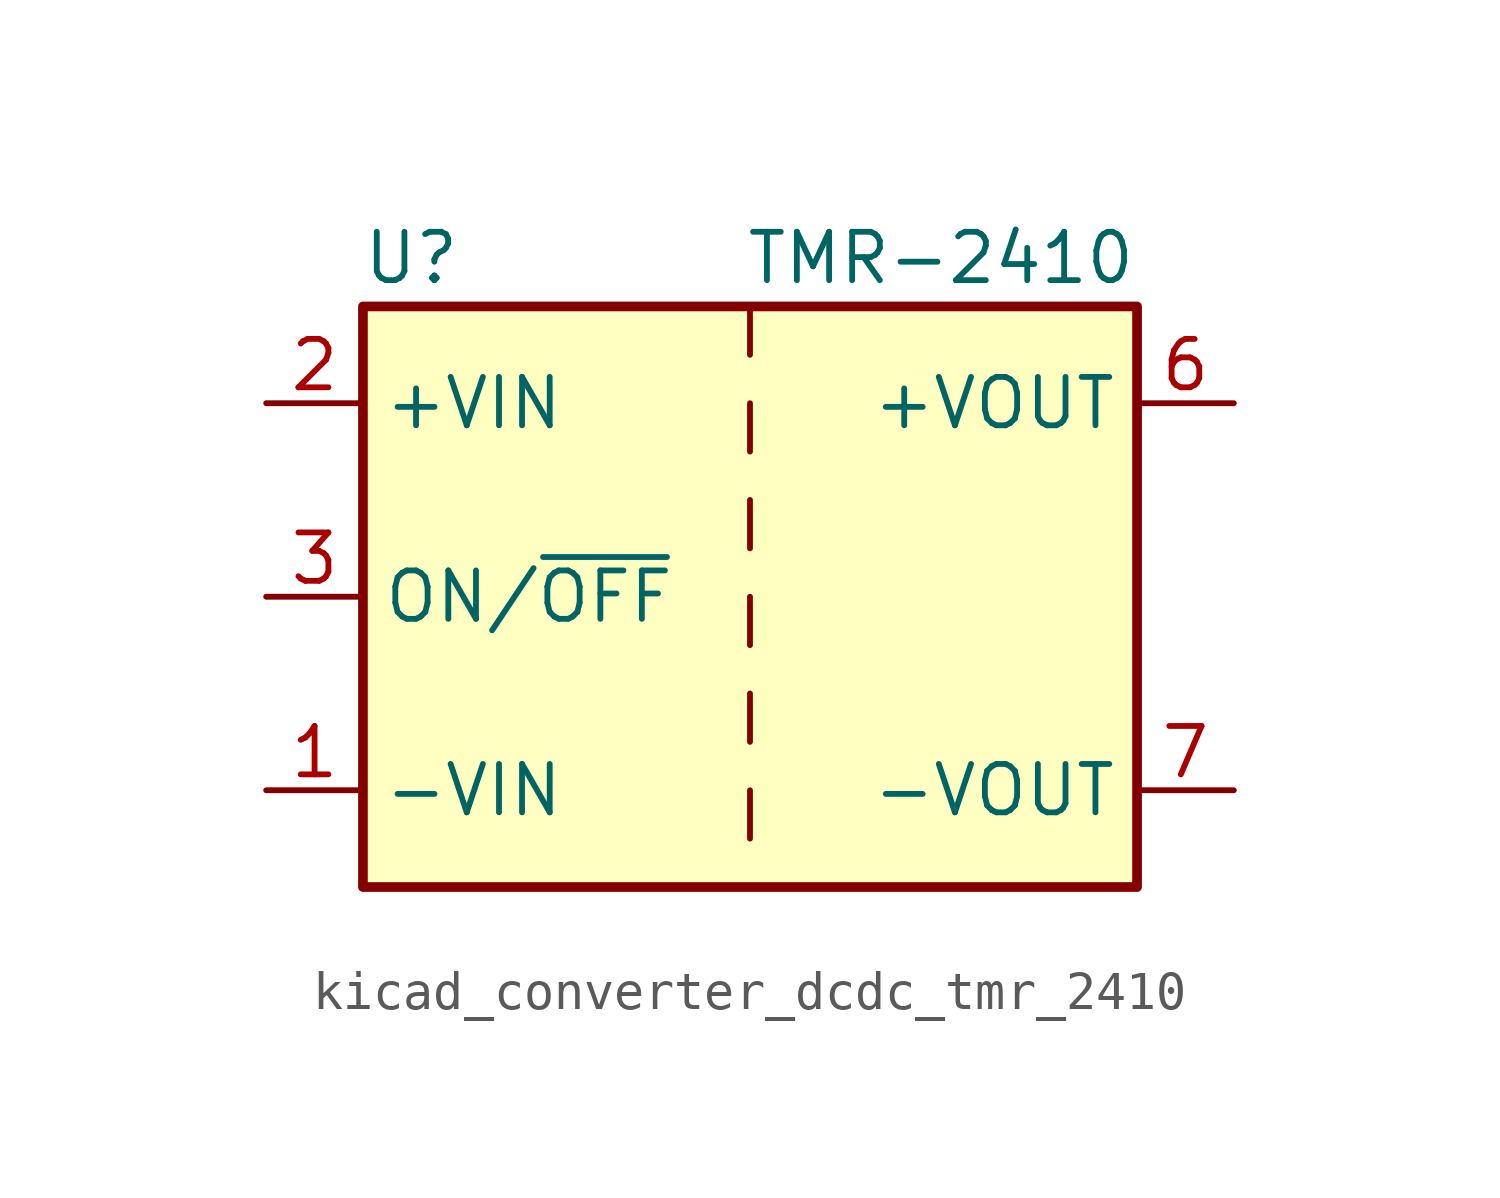
<source format=kicad_sym>
(kicad_symbol_lib
  (version 20220914)
  (generator kicad_symbol_editor)
  (symbol "kicad_converter_dcdc_tmr_2410"
    (property "Reference" "U"
      (at -8.89 8.89 0)
      (effects (font (size 1.27 1.27))))
    (property "Value" "TMR-2410"
      (at 10.16 8.89 0)
      (effects (font (size 1.27 1.27)) (justify right)))
    (symbol "kicad_converter_dcdc_tmr_2410_0_1"
      (rectangle (start -10.16 7.62) (end 10.16 -7.62) (stroke (width 0.254) (type default)) (fill (type background)))
      (polyline (pts (xy 0 -5.08) (xy 0 -6.35)) (stroke (width 0) (type default)) (fill (type none)))
      (polyline (pts (xy 0 -2.54) (xy 0 -3.81)) (stroke (width 0) (type default)) (fill (type none)))
      (polyline (pts (xy 0 0) (xy 0 -1.27)) (stroke (width 0) (type default)) (fill (type none)))
      (polyline (pts (xy 0 2.54) (xy 0 1.27)) (stroke (width 0) (type default)) (fill (type none)))
      (polyline (pts (xy 0 5.08) (xy 0 3.81)) (stroke (width 0) (type default)) (fill (type none)))
      (polyline (pts (xy 0 7.62) (xy 0 6.35)) (stroke (width 0) (type default)) (fill (type none))))
    (symbol "kicad_converter_dcdc_tmr_2410_1_1"
      (pin power_in line (at -12.7 -5.08 0) (length 2.54) (name "-VIN" (effects (font (size 1.27 1.27)))) (number "1" (effects (font (size 1.27 1.27)))))
      (pin power_in line (at -12.7 5.08 0) (length 2.54) (name "+VIN" (effects (font (size 1.27 1.27)))) (number "2" (effects (font (size 1.27 1.27)))))
      (pin input line (at -12.7 0 0) (length 2.54) (name "ON/~{OFF}" (effects (font (size 1.27 1.27)))) (number "3" (effects (font (size 1.27 1.27)))))
      (pin no_connect line (at 10.16 2.54 180) (length 2.54) hide (name "NC" (effects (font (size 1.27 1.27)))) (number "5" (effects (font (size 1.27 1.27)))))
      (pin power_out line (at 12.7 5.08 180) (length 2.54) (name "+VOUT" (effects (font (size 1.27 1.27)))) (number "6" (effects (font (size 1.27 1.27)))))
      (pin power_out line (at 12.7 -5.08 180) (length 2.54) (name "-VOUT" (effects (font (size 1.27 1.27)))) (number "7" (effects (font (size 1.27 1.27)))))
      (pin no_connect line (at 10.16 0 180) (length 2.54) hide (name "NC" (effects (font (size 1.27 1.27)))) (number "8" (effects (font (size 1.27 1.27))))))))
</source>
